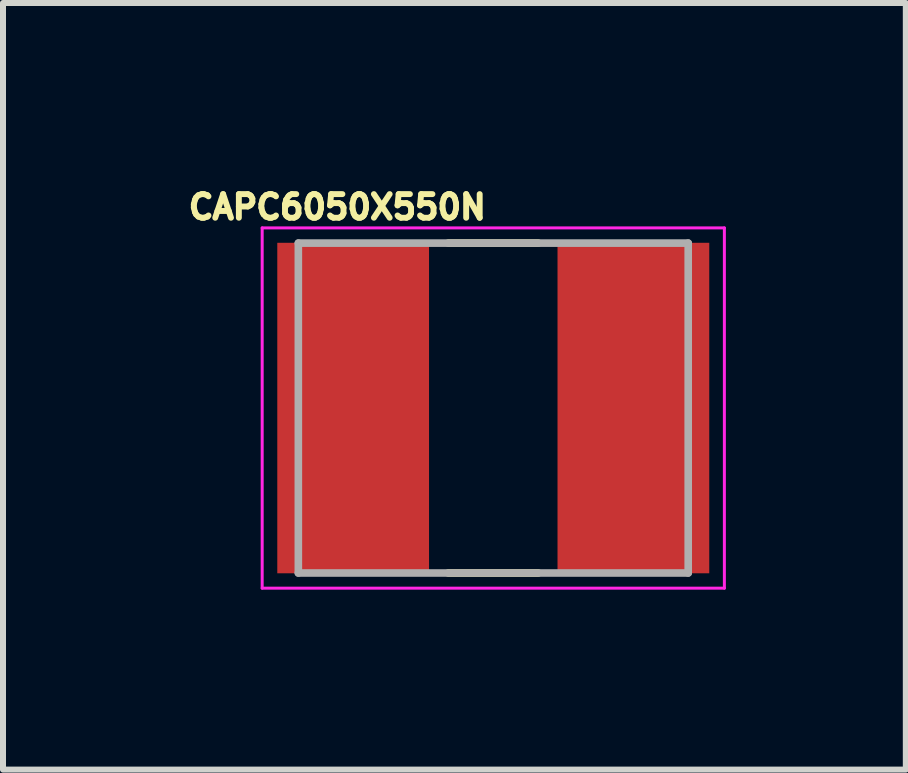
<source format=kicad_pcb>
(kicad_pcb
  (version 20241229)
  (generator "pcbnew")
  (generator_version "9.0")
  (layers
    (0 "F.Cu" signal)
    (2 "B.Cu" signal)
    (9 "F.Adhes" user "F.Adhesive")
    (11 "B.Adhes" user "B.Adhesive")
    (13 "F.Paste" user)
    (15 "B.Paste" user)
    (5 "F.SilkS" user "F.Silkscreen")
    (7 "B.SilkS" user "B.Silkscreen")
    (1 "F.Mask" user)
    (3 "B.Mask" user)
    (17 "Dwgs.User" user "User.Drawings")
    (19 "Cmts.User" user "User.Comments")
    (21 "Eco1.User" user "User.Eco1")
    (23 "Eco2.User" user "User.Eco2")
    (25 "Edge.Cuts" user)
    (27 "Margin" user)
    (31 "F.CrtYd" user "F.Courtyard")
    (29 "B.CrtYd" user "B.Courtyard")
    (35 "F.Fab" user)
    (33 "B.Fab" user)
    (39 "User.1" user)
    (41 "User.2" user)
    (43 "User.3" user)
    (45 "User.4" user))
  (footprint "CAPC6050X550N"
    (layer "F.Cu")
    (at 5.174 3.753)
    (property "Reference" "CAPC6050X550N" (at -2.6 -3.35 0) (layer "F.SilkS") (effects (font (size 0.394 0.394) (thickness 0.15))))
    (attr smd)
    (fp_line (start -0.75 -2.75) (end 0.75 -2.75) (stroke (width 0.127) (type solid)) (layer "F.SilkS"))
    (fp_line (start -0.75 2.75) (end 0.75 2.75) (stroke (width 0.127) (type solid)) (layer "F.SilkS"))
    (fp_line (start -3.853 -3.003) (end 3.853 -3.003) (stroke (width 0.05) (type solid)) (layer "F.CrtYd"))
    (fp_line (start -3.853 3.003) (end -3.853 -3.003) (stroke (width 0.05) (type solid)) (layer "F.CrtYd"))
    (fp_line (start -3.853 3.003) (end 3.853 3.003) (stroke (width 0.05) (type solid)) (layer "F.CrtYd"))
    (fp_line (start 3.853 3.003) (end 3.853 -3.003) (stroke (width 0.05) (type solid)) (layer "F.CrtYd"))
    (fp_line (start -3.25 2.75) (end -3.25 -2.75) (stroke (width 0.127) (type solid)) (layer "F.Fab"))
    (fp_line (start 3.25 -2.75) (end -3.25 -2.75) (stroke (width 0.127) (type solid)) (layer "F.Fab"))
    (fp_line (start 3.25 2.75) (end -3.25 2.75) (stroke (width 0.127) (type solid)) (layer "F.Fab"))
    (fp_line (start 3.25 2.75) (end 3.25 -2.75) (stroke (width 0.127) (type solid)) (layer "F.Fab"))
    (pad "1" smd rect (at -2.336 0) (size 2.53 5.51) (layers "F.Cu" "F.Mask" "F.Paste"))
    (pad "2" smd rect (at 2.336 0) (size 2.53 5.51) (layers "F.Cu" "F.Mask" "F.Paste")))
  (gr_rect
    (start -3 -3)
    (end 12.052 9.781)
    (stroke (width 0.1) (type default))
    (fill no)
    (layer "Edge.Cuts")))
</source>
